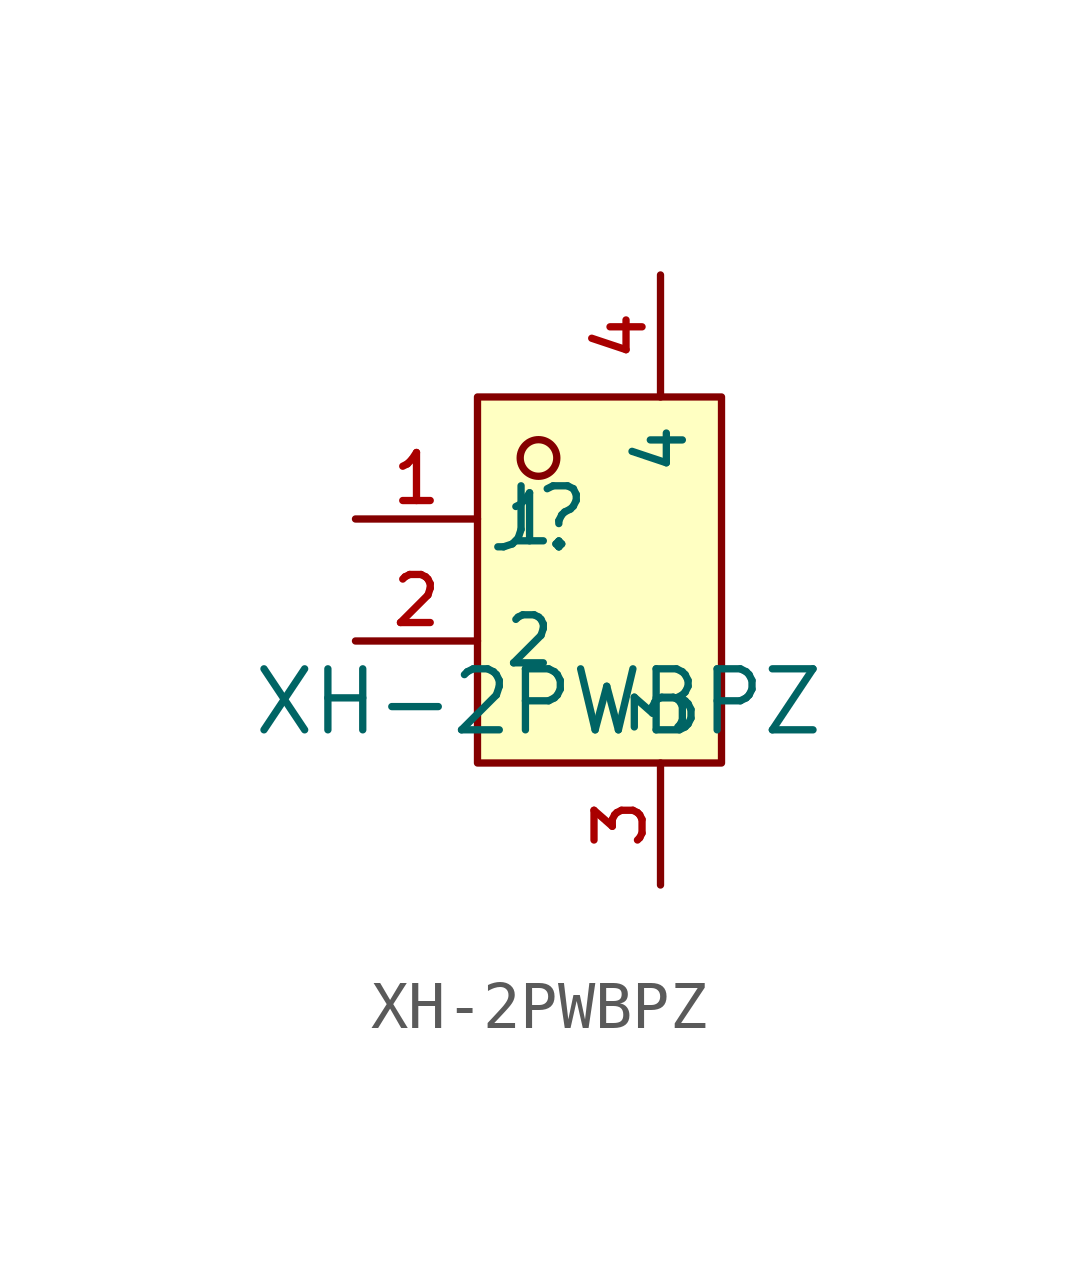
<source format=kicad_sym>
(kicad_symbol_lib
  (version 20241209)
  (generator "kicad_symbol_editor")
  (generator_version "9.0")
  (symbol "XH-2PWBPZ"
    (property "Reference" "J"
      (at 0 1.27 0)
      (effects (font (size 1.27 1.27))))
    (property "Value" "XH-2PWBPZ"
      (at 0 -2.54 0)
      (effects (font (size 1.27 1.27))))
    (symbol "XH-2PWBPZ_0_1"
      (rectangle (start -1.27 3.81) (end 3.81 -3.81) (stroke (width 0) (type default)) (fill (type background)))
      (circle (center 0 2.54) (radius 0.381) (stroke (width 0) (type default)) (fill (type background)))
      (pin unspecified line (at -3.81 1.27 0) (length 2.54) (name "1" (effects (font (size 1 1)))) (number "1" (effects (font (size 1 1)))))
      (pin unspecified line (at -3.81 -1.27 0) (length 2.54) (name "2" (effects (font (size 1 1)))) (number "2" (effects (font (size 1 1)))))
      (pin unspecified line (at 2.54 6.35 270) (length 2.54) (name "4" (effects (font (size 1 1)))) (number "4" (effects (font (size 1 1)))))
      (pin unspecified line (at 2.54 -6.35 90) (length 2.54) (name "3" (effects (font (size 1 1)))) (number "3" (effects (font (size 1 1))))))))
</source>
